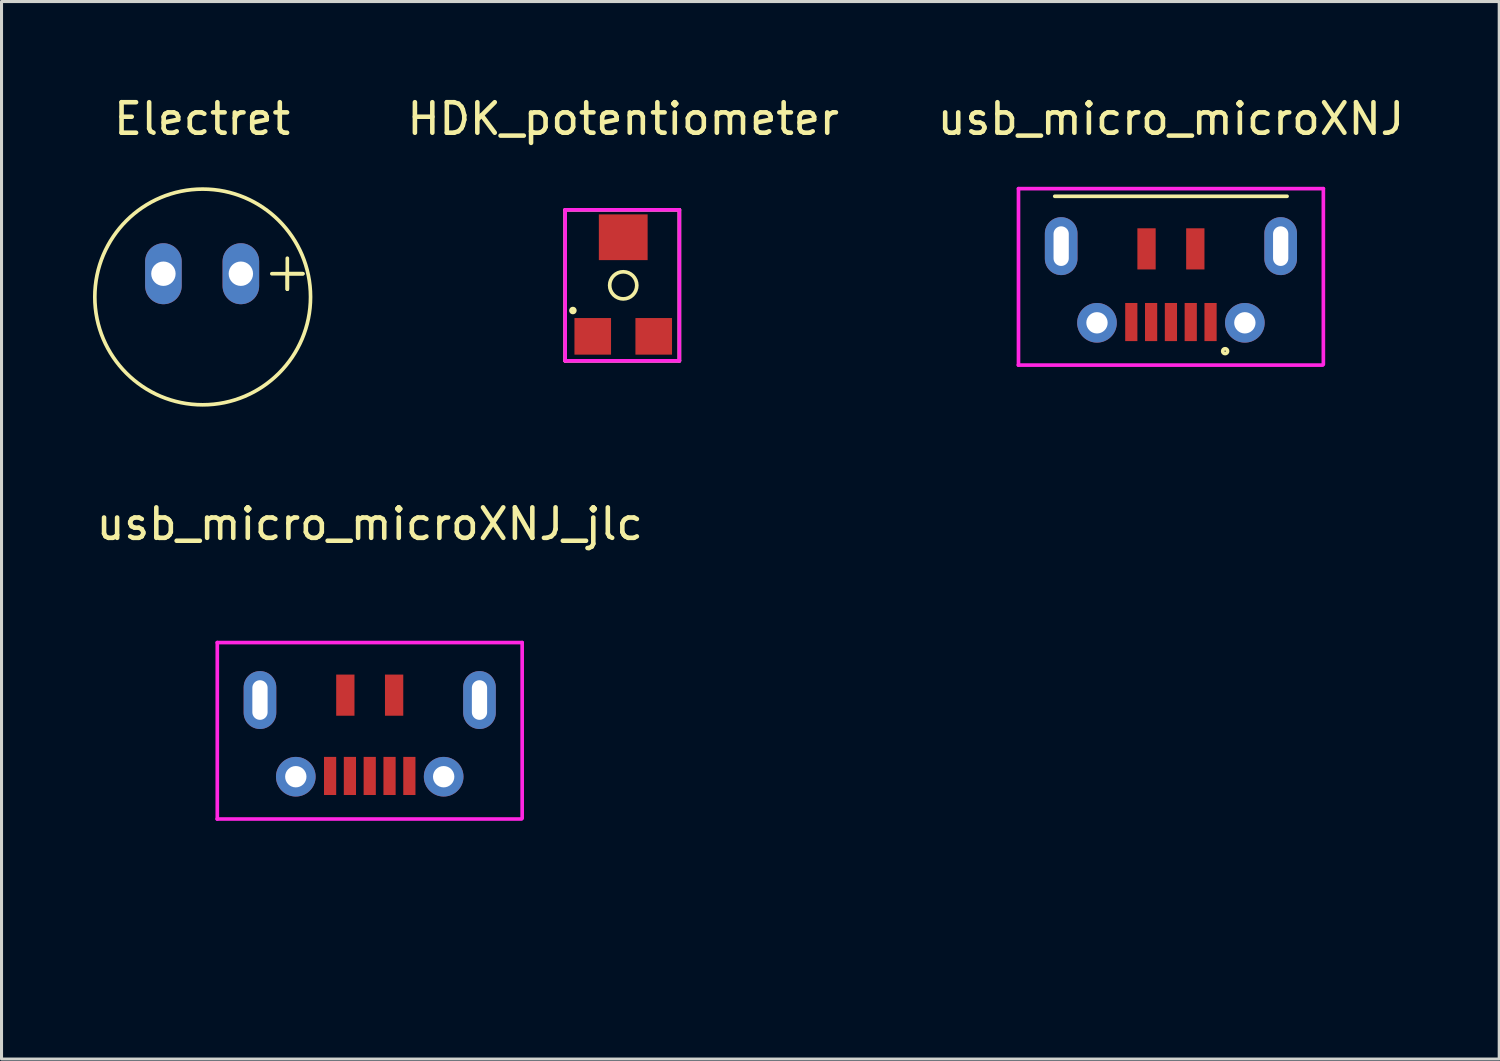
<source format=kicad_pcb>
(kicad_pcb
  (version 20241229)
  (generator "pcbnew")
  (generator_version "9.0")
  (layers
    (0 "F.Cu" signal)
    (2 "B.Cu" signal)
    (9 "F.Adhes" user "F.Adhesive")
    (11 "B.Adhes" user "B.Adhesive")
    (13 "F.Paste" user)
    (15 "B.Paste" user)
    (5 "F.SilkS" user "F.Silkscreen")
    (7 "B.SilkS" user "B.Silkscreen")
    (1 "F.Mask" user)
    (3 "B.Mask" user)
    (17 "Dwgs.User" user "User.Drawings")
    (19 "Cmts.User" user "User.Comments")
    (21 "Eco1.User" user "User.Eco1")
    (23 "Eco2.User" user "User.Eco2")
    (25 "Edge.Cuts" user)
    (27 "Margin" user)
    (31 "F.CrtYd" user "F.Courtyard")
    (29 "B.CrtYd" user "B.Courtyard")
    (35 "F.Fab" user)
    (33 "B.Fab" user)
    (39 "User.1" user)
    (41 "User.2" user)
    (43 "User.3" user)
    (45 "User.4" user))
  (footprint "usb_micro_microXNJ_jlc"
    (layer "F.Cu")
    (at 9.077 28.436)
    (property "Reference" "usb_micro_microXNJ_jlc" (at 0 -14.3 0) (layer "F.SilkS") (effects (font (size 1 1) (thickness 0.15))))
    (attr through_hole)
    (fp_line (start -5.004 -4.623) (end 4.978 -4.623) (stroke (width 0.12) (type solid)) (layer "F.CrtYd"))
    (fp_line (start -5 -10.41) (end -5 -4.623) (stroke (width 0.12) (type solid)) (layer "F.CrtYd"))
    (fp_line (start -5 -10.41) (end 5 -10.41) (stroke (width 0.12) (type solid)) (layer "F.CrtYd"))
    (fp_line (start 5 -4.648) (end 5 -10.41) (stroke (width 0.12) (type solid)) (layer "F.CrtYd"))
    (pad "1" smd rect (at 1.3 -6.035) (size 0.4 1.25) (layers "F.Cu" "F.Mask" "F.Paste"))
    (pad "2" smd rect (at 0.65 -6.035) (size 0.4 1.25) (layers "F.Cu" "F.Mask" "F.Paste"))
    (pad "3" smd rect (at 0 -6.035) (size 0.4 1.25) (layers "F.Cu" "F.Mask" "F.Paste"))
    (pad "4" smd rect (at -0.65 -6.035) (size 0.4 1.25) (layers "F.Cu" "F.Mask" "F.Paste"))
    (pad "5" smd rect (at -1.3 -6.035) (size 0.4 1.25) (layers "F.Cu" "F.Mask" "F.Paste"))
    (pad "5" smd rect (at 0.8 -8.685) (size 0.6 1.35) (layers "F.Cu" "F.Mask" "F.Paste"))
    (pad "6" thru_hole oval (at -3.6 -8.525) (size 1.07 1.9) (drill oval 0.5 1.3) (layers "*.Cu" "*.Mask"))
    (pad "6" thru_hole circle (at -2.425 -6.01) (size 1.3 1.3) (drill 0.7) (layers "*.Cu" "*.Mask"))
    (pad "6" smd rect (at -0.8 -8.685) (size 0.6 1.35) (layers "F.Cu" "F.Mask" "F.Paste"))
    (pad "6" thru_hole circle (at 2.425 -6.01) (size 1.3 1.3) (drill 0.7) (layers "*.Cu" "*.Mask"))
    (pad "6" thru_hole oval (at 3.6 -8.525) (size 1.07 1.9) (drill oval 0.5 1.3) (layers "*.Cu" "*.Mask")))
  (footprint "usb_micro_microXNJ"
    (layer "F.Cu")
    (at 35.356 5.928)
    (property "Reference" "usb_micro_microXNJ" (at 0 -5.08 0) (layer "F.SilkS") (effects (font (size 1 1) (thickness 0.15))))
    (attr through_hole)
    (fp_line (start -3.81 -2.54) (end 3.81 -2.54) (stroke (width 0.12) (type solid)) (layer "F.SilkS"))
    (fp_circle (center 1.778 2.54) (end 1.858 2.54) (stroke (width 0.12) (type solid)) (fill no) (layer "F.SilkS"))
    (fp_line (start -5.004 2.997) (end 4.978 2.997) (stroke (width 0.12) (type solid)) (layer "F.CrtYd"))
    (fp_line (start -5 -2.79) (end -5 2.997) (stroke (width 0.12) (type solid)) (layer "F.CrtYd"))
    (fp_line (start -5 -2.79) (end 5 -2.79) (stroke (width 0.12) (type solid)) (layer "F.CrtYd"))
    (fp_line (start 5 2.972) (end 5 -2.79) (stroke (width 0.12) (type solid)) (layer "F.CrtYd"))
    (pad "1" smd rect (at 1.3 1.585) (size 0.4 1.25) (layers "F.Cu" "F.Mask" "F.Paste"))
    (pad "2" smd rect (at 0.65 1.585) (size 0.4 1.25) (layers "F.Cu" "F.Mask" "F.Paste"))
    (pad "3" smd rect (at 0 1.585) (size 0.4 1.25) (layers "F.Cu" "F.Mask" "F.Paste"))
    (pad "4" smd rect (at -0.65 1.585) (size 0.4 1.25) (layers "F.Cu" "F.Mask" "F.Paste"))
    (pad "5" smd rect (at -1.3 1.585) (size 0.4 1.25) (layers "F.Cu" "F.Mask" "F.Paste"))
    (pad "6" thru_hole oval (at -3.6 -0.905) (size 1.07 1.9) (drill oval 0.5 1.3) (layers "*.Cu" "*.Mask"))
    (pad "6" thru_hole circle (at -2.425 1.61) (size 1.3 1.3) (drill 0.7) (layers "*.Cu" "*.Mask"))
    (pad "6" smd rect (at -0.5 -1.49) (size 0.6 1.35) (drill (offset -0.3 0.675)) (layers "F.Cu" "F.Mask" "F.Paste"))
    (pad "6" smd rect (at 0.5 -1.49) (size 0.6 1.35) (drill (offset 0.3 0.675)) (layers "F.Cu" "F.Mask" "F.Paste"))
    (pad "6" thru_hole circle (at 2.425 1.61) (size 1.3 1.3) (drill 0.7) (layers "*.Cu" "*.Mask"))
    (pad "6" thru_hole oval (at 3.6 -0.905) (size 1.07 1.9) (drill oval 0.5 1.3) (layers "*.Cu" "*.Mask")))
  (footprint "HDK_potentiometer"
    (layer "F.Cu")
    (at 17.392 6.182)
    (property "Reference" "HDK_potentiometer" (at 0 -5.334 0) (layer "F.SilkS") (effects (font (size 1 1) (thickness 0.15))))
    (attr through_hole)
    (fp_line (start -1.905 -2.349) (end 1.841 -2.349) (stroke (width 0.12) (type solid)) (layer "F.SilkS"))
    (fp_line (start -1.905 2.603) (end -1.905 -2.349) (stroke (width 0.12) (type solid)) (layer "F.SilkS"))
    (fp_line (start 1.841 -2.349) (end 1.841 2.603) (stroke (width 0.12) (type solid)) (layer "F.SilkS"))
    (fp_line (start 1.841 2.603) (end -1.905 2.603) (stroke (width 0.12) (type solid)) (layer "F.SilkS"))
    (fp_circle (center -1.651 0.953) (end -1.587 0.953) (stroke (width 0.12) (type solid)) (fill no) (layer "F.SilkS"))
    (fp_circle (center 0 0.127) (end 0 -0.318) (stroke (width 0.12) (type solid)) (fill no) (layer "F.SilkS"))
    (fp_line (start -1.905 -2.349) (end 1.841 -2.349) (stroke (width 0.12) (type solid)) (layer "F.CrtYd"))
    (fp_line (start -1.905 2.603) (end -1.905 -2.349) (stroke (width 0.12) (type solid)) (layer "F.CrtYd"))
    (fp_line (start 1.841 -2.349) (end 1.841 2.603) (stroke (width 0.12) (type solid)) (layer "F.CrtYd"))
    (fp_line (start 1.841 2.603) (end -1.905 2.603) (stroke (width 0.12) (type solid)) (layer "F.CrtYd"))
    (pad "1" smd rect (at -1 1.8) (size 1.2 1.2) (layers "F.Cu" "F.Mask" "F.Paste"))
    (pad "2" smd rect (at 0 -1.45) (size 1.6 1.5) (layers "F.Cu" "F.Mask" "F.Paste"))
    (pad "3" smd rect (at 1 1.8) (size 1.2 1.2) (layers "F.Cu" "F.Mask" "F.Paste")))
  (footprint "Electret"
    (layer "F.Cu")
    (at 3.58 5.928)
    (property "Reference" "Electret" (at 0 -5.08 0) (layer "F.SilkS") (effects (font (size 1 1) (thickness 0.15))))
    (attr through_hole)
    (fp_line (start 2.794 -0.508) (end 2.794 0.508) (stroke (width 0.12) (type solid)) (layer "F.SilkS"))
    (fp_line (start 2.794 0) (end 3.302 0) (stroke (width 0.12) (type solid)) (layer "F.SilkS"))
    (fp_line (start 2.794 0.508) (end 2.794 0) (stroke (width 0.12) (type solid)) (layer "F.SilkS"))
    (fp_line (start 3.302 0) (end 2.286 0) (stroke (width 0.12) (type solid)) (layer "F.SilkS"))
    (fp_circle (center 0.018 0.762) (end 1.288 -2.54) (stroke (width 0.12) (type solid)) (fill no) (layer "F.SilkS"))
    (pad "1" thru_hole oval (at -1.27 0) (size 1.2 2) (drill 0.8) (layers "*.Cu" "*.Mask"))
    (pad "2" thru_hole oval (at 1.27 0) (size 1.2 2) (drill 0.8) (layers "*.Cu" "*.Mask")))
  (gr_rect
    (start -3 -3)
    (end 46.124 31.686)
    (stroke (width 0.1) (type default))
    (fill no)
    (layer "Edge.Cuts")))
</source>
